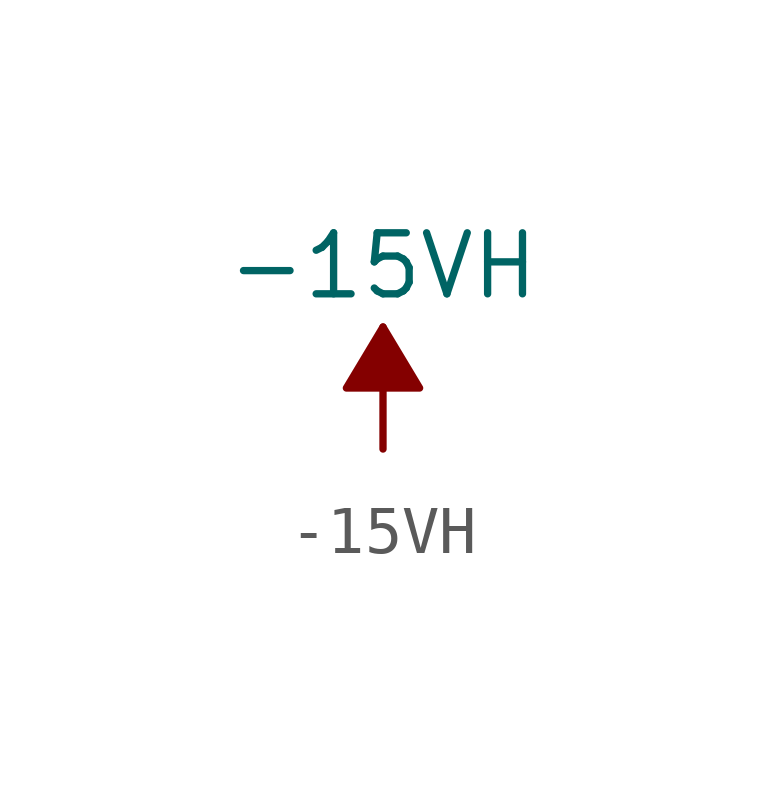
<source format=kicad_sym>
(kicad_symbol_lib
  (version 20220914)
  (generator kicad_symbol_editor)
  (symbol "-15VH"
    (power)
    (property "Reference" "#PWR"
      (at 0 -1.778 0)
      (effects (font (size 1.27 1.27)) hide))
    (property "Value" "-15VH"
      (at 0 3.81 0)
      (effects (font (size 1.27 1.27))))
    (symbol "-15VH_0_1"
      (polyline (pts (xy 0 0) (xy 0 2.54)) (stroke (width 0) (type default)) (fill (type none))))
    (symbol "-15VH_1_0"
      (pin power_in line (at 0 0 180) (length 0) hide (name "+15VH" (effects (font (size 1.27 1.27)))) (number "1" (effects (font (size 1.27 1.27))))))
    (symbol "-15VH_1_1"
      (polyline (pts (xy 0 2.54) (xy -0.762 1.27) (xy 0.762 1.27) (xy 0 2.54)) (stroke (width 0) (type default)) (fill (type outline))))))
</source>
